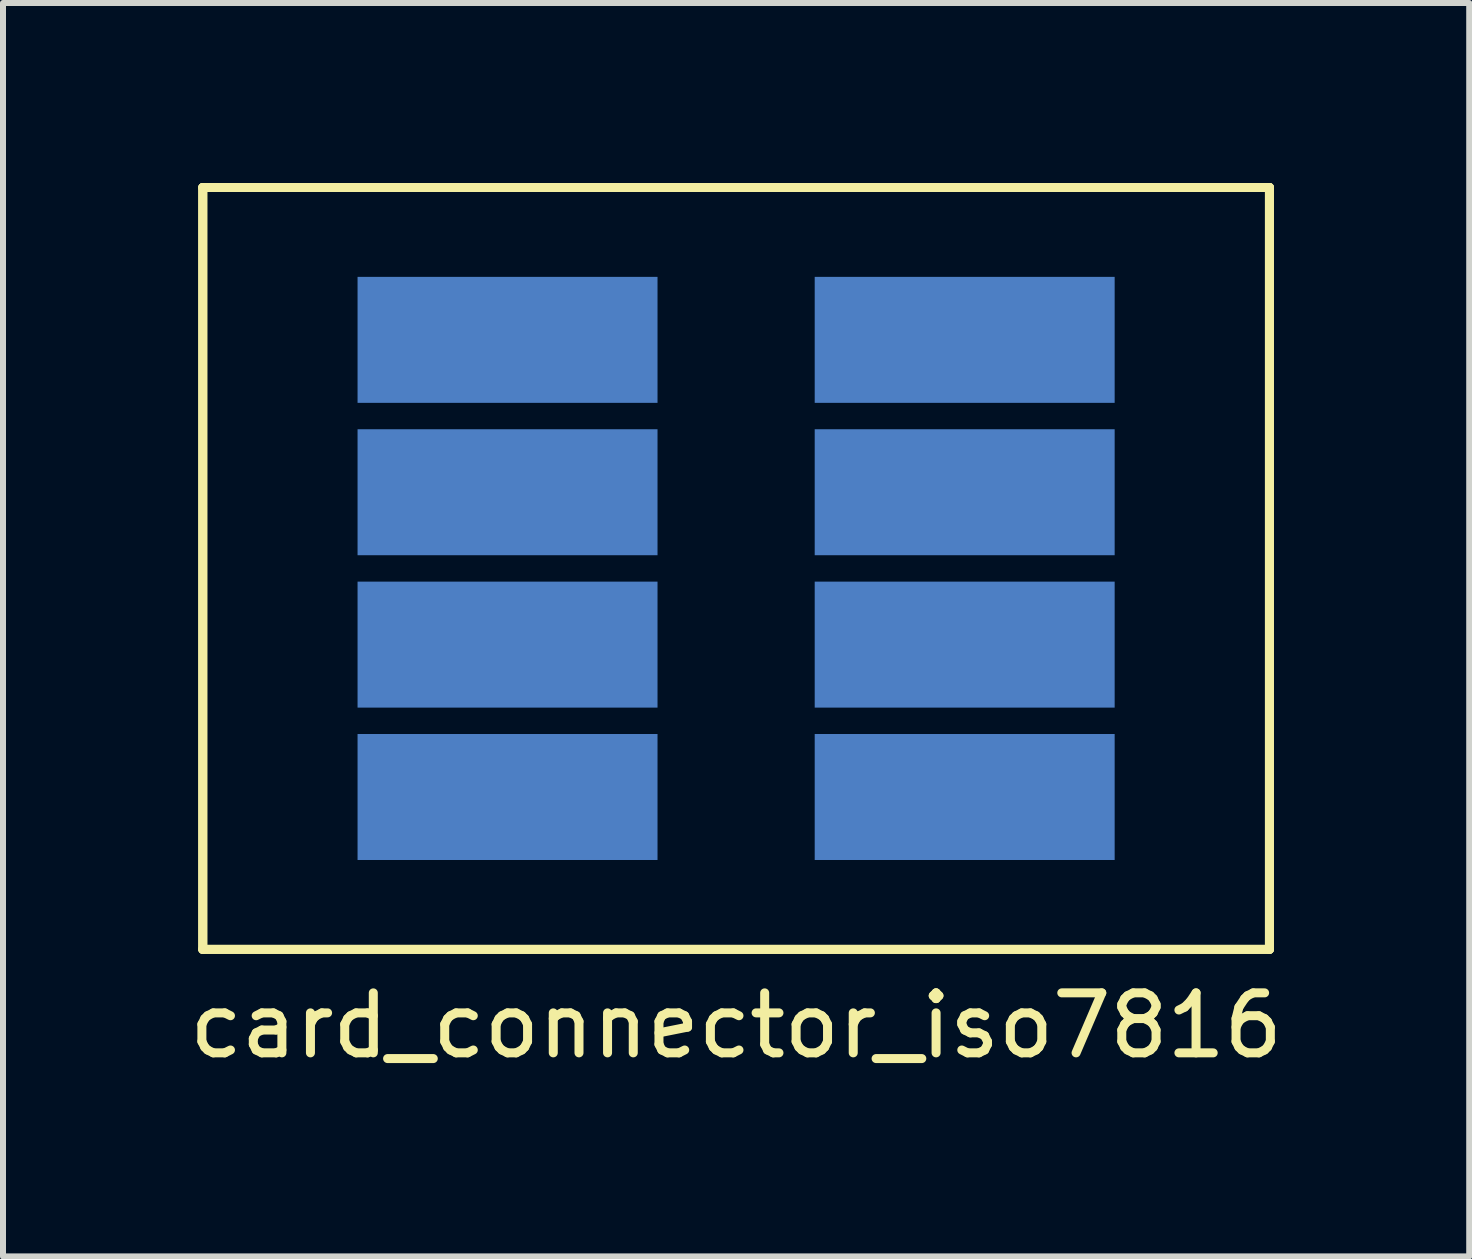
<source format=kicad_pcb>
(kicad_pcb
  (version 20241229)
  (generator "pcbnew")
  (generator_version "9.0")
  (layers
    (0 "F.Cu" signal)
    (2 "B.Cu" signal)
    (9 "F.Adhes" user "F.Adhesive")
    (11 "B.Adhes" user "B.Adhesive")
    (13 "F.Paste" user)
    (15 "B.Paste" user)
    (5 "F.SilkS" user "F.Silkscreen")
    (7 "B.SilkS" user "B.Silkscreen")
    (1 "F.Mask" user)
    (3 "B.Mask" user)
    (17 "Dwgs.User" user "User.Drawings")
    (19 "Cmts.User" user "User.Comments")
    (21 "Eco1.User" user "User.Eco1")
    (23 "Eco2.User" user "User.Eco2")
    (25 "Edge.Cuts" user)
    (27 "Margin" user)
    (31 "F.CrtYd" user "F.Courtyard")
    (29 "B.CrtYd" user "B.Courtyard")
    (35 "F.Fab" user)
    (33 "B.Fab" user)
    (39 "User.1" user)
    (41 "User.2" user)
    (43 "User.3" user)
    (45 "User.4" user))
  (footprint "card_connector_iso7816"
    (layer "F.Cu")
    (at 9.22 12.775)
    (property "Reference" "card_connector_iso7816" (at 0 1.27 0) (layer "F.SilkS") (effects (font (size 1 1) (thickness 0.15))))
    (attr through_hole)
    (fp_line (start -8.89 -12.7) (end -8.89 0) (stroke (width 0.15) (type solid)) (layer "F.SilkS"))
    (fp_line (start -8.89 -12.7) (end -8.89 0) (stroke (width 0.15) (type solid)) (layer "F.SilkS"))
    (fp_line (start -8.89 0) (end 8.89 0) (stroke (width 0.15) (type solid)) (layer "F.SilkS"))
    (fp_line (start -8.89 0) (end 8.89 0) (stroke (width 0.15) (type solid)) (layer "F.SilkS"))
    (fp_line (start 6.35 -12.7) (end -8.89 -12.7) (stroke (width 0.15) (type solid)) (layer "F.SilkS"))
    (fp_line (start 6.35 -12.7) (end -8.89 -12.7) (stroke (width 0.15) (type solid)) (layer "F.SilkS"))
    (fp_line (start 8.89 -12.7) (end 6.35 -12.7) (stroke (width 0.15) (type solid)) (layer "F.SilkS"))
    (fp_line (start 8.89 -12.7) (end 6.35 -12.7) (stroke (width 0.15) (type solid)) (layer "F.SilkS"))
    (fp_line (start 8.89 0) (end 8.89 -12.7) (stroke (width 0.15) (type solid)) (layer "F.SilkS"))
    (fp_line (start 8.89 0) (end 8.89 -12.7) (stroke (width 0.15) (type solid)) (layer "F.SilkS"))
    (pad "c1" smd rect (at 3.81 -10.16) (size 5 2.1) (layers "B.Cu"))
    (pad "c2" smd rect (at 3.81 -7.62) (size 5 2.1) (layers "B.Cu"))
    (pad "c3" smd rect (at 3.81 -5.08) (size 5 2.1) (layers "B.Cu"))
    (pad "c4" smd rect (at 3.81 -2.54) (size 5 2.1) (layers "B.Cu"))
    (pad "c5" smd rect (at -3.81 -10.16) (size 5 2.1) (layers "B.Cu"))
    (pad "c6" smd rect (at -3.81 -7.62) (size 5 2.1) (layers "B.Cu"))
    (pad "c7" smd rect (at -3.81 -5.08) (size 5 2.1) (layers "B.Cu"))
    (pad "c8" smd rect (at -3.81 -2.54) (size 5 2.1) (layers "B.Cu")))
  (gr_rect
    (start -3 -3)
    (end 21.44 17.893)
    (stroke (width 0.1) (type default))
    (fill no)
    (layer "Edge.Cuts")))
</source>
